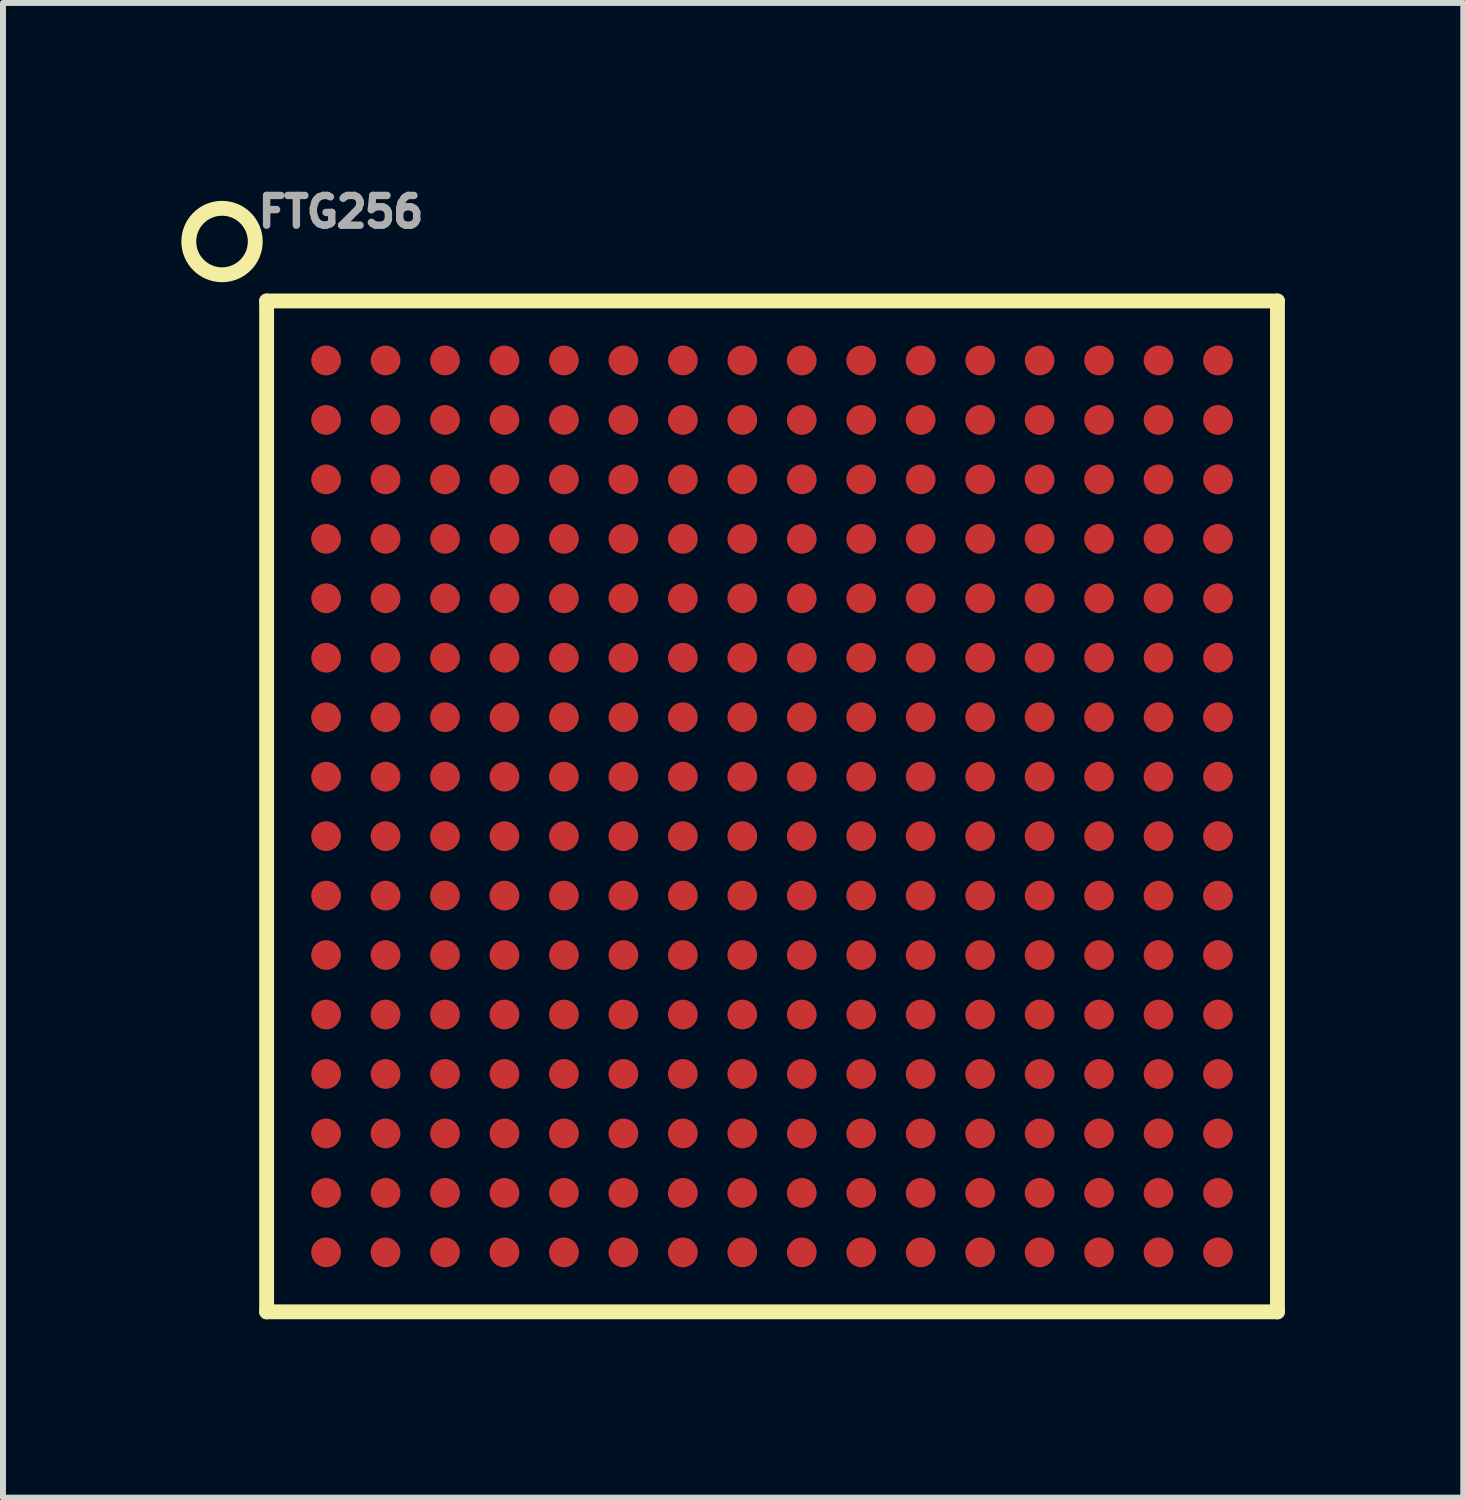
<source format=kicad_pcb>
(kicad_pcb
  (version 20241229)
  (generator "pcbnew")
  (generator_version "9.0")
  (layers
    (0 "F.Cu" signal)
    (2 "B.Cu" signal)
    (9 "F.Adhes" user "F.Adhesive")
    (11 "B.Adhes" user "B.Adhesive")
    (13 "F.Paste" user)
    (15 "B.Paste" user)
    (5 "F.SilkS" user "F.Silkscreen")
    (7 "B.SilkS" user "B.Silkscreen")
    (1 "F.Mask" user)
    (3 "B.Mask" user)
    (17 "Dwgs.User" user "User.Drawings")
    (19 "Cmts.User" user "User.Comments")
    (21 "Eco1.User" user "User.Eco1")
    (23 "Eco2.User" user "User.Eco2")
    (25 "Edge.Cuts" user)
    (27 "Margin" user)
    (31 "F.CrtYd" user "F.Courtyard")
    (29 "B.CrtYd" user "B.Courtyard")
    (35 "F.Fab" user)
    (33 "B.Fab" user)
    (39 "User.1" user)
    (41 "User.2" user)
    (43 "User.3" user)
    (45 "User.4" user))
  (footprint "FTG256"
    (layer "F.Cu")
    (at 9.934 10.512)
    (property "Reference" "FTG256" (at -7.25 -10 0) (layer "F.Fab") (effects (font (size 0.5 0.5) (thickness 0.125))))
    (attr through_hole)
    (fp_line (start -8.5 -8.5) (end -8.5 8.5) (stroke (width 0.25) (type solid)) (layer "F.SilkS"))
    (fp_line (start -8.5 8.5) (end 8.5 8.5) (stroke (width 0.25) (type solid)) (layer "F.SilkS"))
    (fp_line (start 8.5 -8.5) (end -8.5 -8.5) (stroke (width 0.25) (type solid)) (layer "F.SilkS"))
    (fp_line (start 8.5 8.5) (end 8.5 -8.5) (stroke (width 0.25) (type solid)) (layer "F.SilkS"))
    (fp_circle (center -9.25 -9.5) (end -8.75 -9.75) (stroke (width 0.25) (type solid)) (fill no) (layer "F.SilkS"))
    (pad "A1" smd circle (at -7.5 -7.5) (size 0.5 0.5) (layers "F.Cu" "F.Mask" "F.Paste"))
    (pad "A2" smd circle (at -6.5 -7.5) (size 0.5 0.5) (layers "F.Cu" "F.Mask" "F.Paste"))
    (pad "A3" smd circle (at -5.5 -7.5) (size 0.5 0.5) (layers "F.Cu" "F.Mask" "F.Paste"))
    (pad "A4" smd circle (at -4.5 -7.5) (size 0.5 0.5) (layers "F.Cu" "F.Mask" "F.Paste"))
    (pad "A5" smd circle (at -3.5 -7.5) (size 0.5 0.5) (layers "F.Cu" "F.Mask" "F.Paste"))
    (pad "A6" smd circle (at -2.5 -7.5) (size 0.5 0.5) (layers "F.Cu" "F.Mask" "F.Paste"))
    (pad "A7" smd circle (at -1.5 -7.5) (size 0.5 0.5) (layers "F.Cu" "F.Mask" "F.Paste"))
    (pad "A8" smd circle (at -0.5 -7.5) (size 0.5 0.5) (layers "F.Cu" "F.Mask" "F.Paste"))
    (pad "A9" smd circle (at 0.5 -7.5) (size 0.5 0.5) (layers "F.Cu" "F.Mask" "F.Paste"))
    (pad "A10" smd circle (at 1.5 -7.5) (size 0.5 0.5) (layers "F.Cu" "F.Mask" "F.Paste"))
    (pad "A11" smd circle (at 2.5 -7.5) (size 0.5 0.5) (layers "F.Cu" "F.Mask" "F.Paste"))
    (pad "A12" smd circle (at 3.5 -7.5) (size 0.5 0.5) (layers "F.Cu" "F.Mask" "F.Paste"))
    (pad "A13" smd circle (at 4.5 -7.5) (size 0.5 0.5) (layers "F.Cu" "F.Mask" "F.Paste"))
    (pad "A14" smd circle (at 5.5 -7.5) (size 0.5 0.5) (layers "F.Cu" "F.Mask" "F.Paste"))
    (pad "A15" smd circle (at 6.5 -7.5) (size 0.5 0.5) (layers "F.Cu" "F.Mask" "F.Paste"))
    (pad "A16" smd circle (at 7.5 -7.5) (size 0.5 0.5) (layers "F.Cu" "F.Mask" "F.Paste"))
    (pad "B1" smd circle (at -7.5 -6.5) (size 0.5 0.5) (layers "F.Cu" "F.Mask" "F.Paste"))
    (pad "B2" smd circle (at -6.5 -6.5) (size 0.5 0.5) (layers "F.Cu" "F.Mask" "F.Paste"))
    (pad "B3" smd circle (at -5.5 -6.5) (size 0.5 0.5) (layers "F.Cu" "F.Mask" "F.Paste"))
    (pad "B4" smd circle (at -4.5 -6.5) (size 0.5 0.5) (layers "F.Cu" "F.Mask" "F.Paste"))
    (pad "B5" smd circle (at -3.5 -6.5) (size 0.5 0.5) (layers "F.Cu" "F.Mask" "F.Paste"))
    (pad "B6" smd circle (at -2.5 -6.5) (size 0.5 0.5) (layers "F.Cu" "F.Mask" "F.Paste"))
    (pad "B7" smd circle (at -1.5 -6.5) (size 0.5 0.5) (layers "F.Cu" "F.Mask" "F.Paste"))
    (pad "B8" smd circle (at -0.5 -6.5) (size 0.5 0.5) (layers "F.Cu" "F.Mask" "F.Paste"))
    (pad "B9" smd circle (at 0.5 -6.5) (size 0.5 0.5) (layers "F.Cu" "F.Mask" "F.Paste"))
    (pad "B10" smd circle (at 1.5 -6.5) (size 0.5 0.5) (layers "F.Cu" "F.Mask" "F.Paste"))
    (pad "B11" smd circle (at 2.5 -6.5) (size 0.5 0.5) (layers "F.Cu" "F.Mask" "F.Paste"))
    (pad "B12" smd circle (at 3.5 -6.5) (size 0.5 0.5) (layers "F.Cu" "F.Mask" "F.Paste"))
    (pad "B13" smd circle (at 4.5 -6.5) (size 0.5 0.5) (layers "F.Cu" "F.Mask" "F.Paste"))
    (pad "B14" smd circle (at 5.5 -6.5) (size 0.5 0.5) (layers "F.Cu" "F.Mask" "F.Paste"))
    (pad "B15" smd circle (at 6.5 -6.5) (size 0.5 0.5) (layers "F.Cu" "F.Mask" "F.Paste"))
    (pad "B16" smd circle (at 7.5 -6.5) (size 0.5 0.5) (layers "F.Cu" "F.Mask" "F.Paste"))
    (pad "C1" smd circle (at -7.5 -5.5) (size 0.5 0.5) (layers "F.Cu" "F.Mask" "F.Paste"))
    (pad "C2" smd circle (at -6.5 -5.5) (size 0.5 0.5) (layers "F.Cu" "F.Mask" "F.Paste"))
    (pad "C3" smd circle (at -5.5 -5.5) (size 0.5 0.5) (layers "F.Cu" "F.Mask" "F.Paste"))
    (pad "C4" smd circle (at -4.5 -5.5) (size 0.5 0.5) (layers "F.Cu" "F.Mask" "F.Paste"))
    (pad "C5" smd circle (at -3.5 -5.5) (size 0.5 0.5) (layers "F.Cu" "F.Mask" "F.Paste"))
    (pad "C6" smd circle (at -2.5 -5.5) (size 0.5 0.5) (layers "F.Cu" "F.Mask" "F.Paste"))
    (pad "C7" smd circle (at -1.5 -5.5) (size 0.5 0.5) (layers "F.Cu" "F.Mask" "F.Paste"))
    (pad "C8" smd circle (at -0.5 -5.5) (size 0.5 0.5) (layers "F.Cu" "F.Mask" "F.Paste"))
    (pad "C9" smd circle (at 0.5 -5.5) (size 0.5 0.5) (layers "F.Cu" "F.Mask" "F.Paste"))
    (pad "C10" smd circle (at 1.5 -5.5) (size 0.5 0.5) (layers "F.Cu" "F.Mask" "F.Paste"))
    (pad "C11" smd circle (at 2.5 -5.5) (size 0.5 0.5) (layers "F.Cu" "F.Mask" "F.Paste"))
    (pad "C12" smd circle (at 3.5 -5.5) (size 0.5 0.5) (layers "F.Cu" "F.Mask" "F.Paste"))
    (pad "C13" smd circle (at 4.5 -5.5) (size 0.5 0.5) (layers "F.Cu" "F.Mask" "F.Paste"))
    (pad "C14" smd circle (at 5.5 -5.5) (size 0.5 0.5) (layers "F.Cu" "F.Mask" "F.Paste"))
    (pad "C15" smd circle (at 6.5 -5.5) (size 0.5 0.5) (layers "F.Cu" "F.Mask" "F.Paste"))
    (pad "C16" smd circle (at 7.5 -5.5) (size 0.5 0.5) (layers "F.Cu" "F.Mask" "F.Paste"))
    (pad "D1" smd circle (at -7.5 -4.5) (size 0.5 0.5) (layers "F.Cu" "F.Mask" "F.Paste"))
    (pad "D2" smd circle (at -6.5 -4.5) (size 0.5 0.5) (layers "F.Cu" "F.Mask" "F.Paste"))
    (pad "D3" smd circle (at -5.5 -4.5) (size 0.5 0.5) (layers "F.Cu" "F.Mask" "F.Paste"))
    (pad "D4" smd circle (at -4.5 -4.5) (size 0.5 0.5) (layers "F.Cu" "F.Mask" "F.Paste"))
    (pad "D5" smd circle (at -3.5 -4.5) (size 0.5 0.5) (layers "F.Cu" "F.Mask" "F.Paste"))
    (pad "D6" smd circle (at -2.5 -4.5) (size 0.5 0.5) (layers "F.Cu" "F.Mask" "F.Paste"))
    (pad "D7" smd circle (at -1.5 -4.5) (size 0.5 0.5) (layers "F.Cu" "F.Mask" "F.Paste"))
    (pad "D8" smd circle (at -0.5 -4.5) (size 0.5 0.5) (layers "F.Cu" "F.Mask" "F.Paste"))
    (pad "D9" smd circle (at 0.5 -4.5) (size 0.5 0.5) (layers "F.Cu" "F.Mask" "F.Paste"))
    (pad "D10" smd circle (at 1.5 -4.5) (size 0.5 0.5) (layers "F.Cu" "F.Mask" "F.Paste"))
    (pad "D11" smd circle (at 2.5 -4.5) (size 0.5 0.5) (layers "F.Cu" "F.Mask" "F.Paste"))
    (pad "D12" smd circle (at 3.5 -4.5) (size 0.5 0.5) (layers "F.Cu" "F.Mask" "F.Paste"))
    (pad "D13" smd circle (at 4.5 -4.5) (size 0.5 0.5) (layers "F.Cu" "F.Mask" "F.Paste"))
    (pad "D14" smd circle (at 5.5 -4.5) (size 0.5 0.5) (layers "F.Cu" "F.Mask" "F.Paste"))
    (pad "D15" smd circle (at 6.5 -4.5) (size 0.5 0.5) (layers "F.Cu" "F.Mask" "F.Paste"))
    (pad "D16" smd circle (at 7.5 -4.5) (size 0.5 0.5) (layers "F.Cu" "F.Mask" "F.Paste"))
    (pad "E1" smd circle (at -7.5 -3.5) (size 0.5 0.5) (layers "F.Cu" "F.Mask" "F.Paste"))
    (pad "E2" smd circle (at -6.5 -3.5) (size 0.5 0.5) (layers "F.Cu" "F.Mask" "F.Paste"))
    (pad "E3" smd circle (at -5.5 -3.5) (size 0.5 0.5) (layers "F.Cu" "F.Mask" "F.Paste"))
    (pad "E4" smd circle (at -4.5 -3.5) (size 0.5 0.5) (layers "F.Cu" "F.Mask" "F.Paste"))
    (pad "E5" smd circle (at -3.5 -3.5) (size 0.5 0.5) (layers "F.Cu" "F.Mask" "F.Paste"))
    (pad "E6" smd circle (at -2.5 -3.5) (size 0.5 0.5) (layers "F.Cu" "F.Mask" "F.Paste"))
    (pad "E7" smd circle (at -1.5 -3.5) (size 0.5 0.5) (layers "F.Cu" "F.Mask" "F.Paste"))
    (pad "E8" smd circle (at -0.5 -3.5) (size 0.5 0.5) (layers "F.Cu" "F.Mask" "F.Paste"))
    (pad "E9" smd circle (at 0.5 -3.5) (size 0.5 0.5) (layers "F.Cu" "F.Mask" "F.Paste"))
    (pad "E10" smd circle (at 1.5 -3.5) (size 0.5 0.5) (layers "F.Cu" "F.Mask" "F.Paste"))
    (pad "E11" smd circle (at 2.5 -3.5) (size 0.5 0.5) (layers "F.Cu" "F.Mask" "F.Paste"))
    (pad "E12" smd circle (at 3.5 -3.5) (size 0.5 0.5) (layers "F.Cu" "F.Mask" "F.Paste"))
    (pad "E13" smd circle (at 4.5 -3.5) (size 0.5 0.5) (layers "F.Cu" "F.Mask" "F.Paste"))
    (pad "E14" smd circle (at 5.5 -3.5) (size 0.5 0.5) (layers "F.Cu" "F.Mask" "F.Paste"))
    (pad "E15" smd circle (at 6.5 -3.5) (size 0.5 0.5) (layers "F.Cu" "F.Mask" "F.Paste"))
    (pad "E16" smd circle (at 7.5 -3.5) (size 0.5 0.5) (layers "F.Cu" "F.Mask" "F.Paste"))
    (pad "F1" smd circle (at -7.5 -2.5) (size 0.5 0.5) (layers "F.Cu" "F.Mask" "F.Paste"))
    (pad "F2" smd circle (at -6.5 -2.5) (size 0.5 0.5) (layers "F.Cu" "F.Mask" "F.Paste"))
    (pad "F3" smd circle (at -5.5 -2.5) (size 0.5 0.5) (layers "F.Cu" "F.Mask" "F.Paste"))
    (pad "F4" smd circle (at -4.5 -2.5) (size 0.5 0.5) (layers "F.Cu" "F.Mask" "F.Paste"))
    (pad "F5" smd circle (at -3.5 -2.5) (size 0.5 0.5) (layers "F.Cu" "F.Mask" "F.Paste"))
    (pad "F6" smd circle (at -2.5 -2.5) (size 0.5 0.5) (layers "F.Cu" "F.Mask" "F.Paste"))
    (pad "F7" smd circle (at -1.5 -2.5) (size 0.5 0.5) (layers "F.Cu" "F.Mask" "F.Paste"))
    (pad "F8" smd circle (at -0.5 -2.5) (size 0.5 0.5) (layers "F.Cu" "F.Mask" "F.Paste"))
    (pad "F9" smd circle (at 0.5 -2.5) (size 0.5 0.5) (layers "F.Cu" "F.Mask" "F.Paste"))
    (pad "F10" smd circle (at 1.5 -2.5) (size 0.5 0.5) (layers "F.Cu" "F.Mask" "F.Paste"))
    (pad "F11" smd circle (at 2.5 -2.5) (size 0.5 0.5) (layers "F.Cu" "F.Mask" "F.Paste"))
    (pad "F12" smd circle (at 3.5 -2.5) (size 0.5 0.5) (layers "F.Cu" "F.Mask" "F.Paste"))
    (pad "F13" smd circle (at 4.5 -2.5) (size 0.5 0.5) (layers "F.Cu" "F.Mask" "F.Paste"))
    (pad "F14" smd circle (at 5.5 -2.5) (size 0.5 0.5) (layers "F.Cu" "F.Mask" "F.Paste"))
    (pad "F15" smd circle (at 6.5 -2.5) (size 0.5 0.5) (layers "F.Cu" "F.Mask" "F.Paste"))
    (pad "F16" smd circle (at 7.5 -2.5) (size 0.5 0.5) (layers "F.Cu" "F.Mask" "F.Paste"))
    (pad "G1" smd circle (at -7.5 -1.5) (size 0.5 0.5) (layers "F.Cu" "F.Mask" "F.Paste"))
    (pad "G2" smd circle (at -6.5 -1.5) (size 0.5 0.5) (layers "F.Cu" "F.Mask" "F.Paste"))
    (pad "G3" smd circle (at -5.5 -1.5) (size 0.5 0.5) (layers "F.Cu" "F.Mask" "F.Paste"))
    (pad "G4" smd circle (at -4.5 -1.5) (size 0.5 0.5) (layers "F.Cu" "F.Mask" "F.Paste"))
    (pad "G5" smd circle (at -3.5 -1.5) (size 0.5 0.5) (layers "F.Cu" "F.Mask" "F.Paste"))
    (pad "G6" smd circle (at -2.5 -1.5) (size 0.5 0.5) (layers "F.Cu" "F.Mask" "F.Paste"))
    (pad "G7" smd circle (at -1.5 -1.5) (size 0.5 0.5) (layers "F.Cu" "F.Mask" "F.Paste"))
    (pad "G8" smd circle (at -0.5 -1.5) (size 0.5 0.5) (layers "F.Cu" "F.Mask" "F.Paste"))
    (pad "G9" smd circle (at 0.5 -1.5) (size 0.5 0.5) (layers "F.Cu" "F.Mask" "F.Paste"))
    (pad "G10" smd circle (at 1.5 -1.5) (size 0.5 0.5) (layers "F.Cu" "F.Mask" "F.Paste"))
    (pad "G11" smd circle (at 2.5 -1.5) (size 0.5 0.5) (layers "F.Cu" "F.Mask" "F.Paste"))
    (pad "G12" smd circle (at 3.5 -1.5) (size 0.5 0.5) (layers "F.Cu" "F.Mask" "F.Paste"))
    (pad "G13" smd circle (at 4.5 -1.5) (size 0.5 0.5) (layers "F.Cu" "F.Mask" "F.Paste"))
    (pad "G14" smd circle (at 5.5 -1.5) (size 0.5 0.5) (layers "F.Cu" "F.Mask" "F.Paste"))
    (pad "G15" smd circle (at 6.5 -1.5) (size 0.5 0.5) (layers "F.Cu" "F.Mask" "F.Paste"))
    (pad "G16" smd circle (at 7.5 -1.5) (size 0.5 0.5) (layers "F.Cu" "F.Mask" "F.Paste"))
    (pad "H1" smd circle (at -7.5 -0.5) (size 0.5 0.5) (layers "F.Cu" "F.Mask" "F.Paste"))
    (pad "H2" smd circle (at -6.5 -0.5) (size 0.5 0.5) (layers "F.Cu" "F.Mask" "F.Paste"))
    (pad "H3" smd circle (at -5.5 -0.5) (size 0.5 0.5) (layers "F.Cu" "F.Mask" "F.Paste"))
    (pad "H4" smd circle (at -4.5 -0.5) (size 0.5 0.5) (layers "F.Cu" "F.Mask" "F.Paste"))
    (pad "H5" smd circle (at -3.5 -0.5) (size 0.5 0.5) (layers "F.Cu" "F.Mask" "F.Paste"))
    (pad "H6" smd circle (at -2.5 -0.5) (size 0.5 0.5) (layers "F.Cu" "F.Mask" "F.Paste"))
    (pad "H7" smd circle (at -1.5 -0.5) (size 0.5 0.5) (layers "F.Cu" "F.Mask" "F.Paste"))
    (pad "H8" smd circle (at -0.5 -0.5) (size 0.5 0.5) (layers "F.Cu" "F.Mask" "F.Paste"))
    (pad "H9" smd circle (at 0.5 -0.5) (size 0.5 0.5) (layers "F.Cu" "F.Mask" "F.Paste"))
    (pad "H10" smd circle (at 1.5 -0.5) (size 0.5 0.5) (layers "F.Cu" "F.Mask" "F.Paste"))
    (pad "H11" smd circle (at 2.5 -0.5) (size 0.5 0.5) (layers "F.Cu" "F.Mask" "F.Paste"))
    (pad "H12" smd circle (at 3.5 -0.5) (size 0.5 0.5) (layers "F.Cu" "F.Mask" "F.Paste"))
    (pad "H13" smd circle (at 4.5 -0.5) (size 0.5 0.5) (layers "F.Cu" "F.Mask" "F.Paste"))
    (pad "H14" smd circle (at 5.5 -0.5) (size 0.5 0.5) (layers "F.Cu" "F.Mask" "F.Paste"))
    (pad "H15" smd circle (at 6.5 -0.5) (size 0.5 0.5) (layers "F.Cu" "F.Mask" "F.Paste"))
    (pad "H16" smd circle (at 7.5 -0.5) (size 0.5 0.5) (layers "F.Cu" "F.Mask" "F.Paste"))
    (pad "J1" smd circle (at -7.5 0.5) (size 0.5 0.5) (layers "F.Cu" "F.Mask" "F.Paste"))
    (pad "J2" smd circle (at -6.5 0.5) (size 0.5 0.5) (layers "F.Cu" "F.Mask" "F.Paste"))
    (pad "J3" smd circle (at -5.5 0.5) (size 0.5 0.5) (layers "F.Cu" "F.Mask" "F.Paste"))
    (pad "J4" smd circle (at -4.5 0.5) (size 0.5 0.5) (layers "F.Cu" "F.Mask" "F.Paste"))
    (pad "J5" smd circle (at -3.5 0.5) (size 0.5 0.5) (layers "F.Cu" "F.Mask" "F.Paste"))
    (pad "J6" smd circle (at -2.5 0.5) (size 0.5 0.5) (layers "F.Cu" "F.Mask" "F.Paste"))
    (pad "J7" smd circle (at -1.5 0.5) (size 0.5 0.5) (layers "F.Cu" "F.Mask" "F.Paste"))
    (pad "J8" smd circle (at -0.5 0.5) (size 0.5 0.5) (layers "F.Cu" "F.Mask" "F.Paste"))
    (pad "J9" smd circle (at 0.5 0.5) (size 0.5 0.5) (layers "F.Cu" "F.Mask" "F.Paste"))
    (pad "J10" smd circle (at 1.5 0.5) (size 0.5 0.5) (layers "F.Cu" "F.Mask" "F.Paste"))
    (pad "J11" smd circle (at 2.5 0.5) (size 0.5 0.5) (layers "F.Cu" "F.Mask" "F.Paste"))
    (pad "J12" smd circle (at 3.5 0.5) (size 0.5 0.5) (layers "F.Cu" "F.Mask" "F.Paste"))
    (pad "J13" smd circle (at 4.5 0.5) (size 0.5 0.5) (layers "F.Cu" "F.Mask" "F.Paste"))
    (pad "J14" smd circle (at 5.5 0.5) (size 0.5 0.5) (layers "F.Cu" "F.Mask" "F.Paste"))
    (pad "J15" smd circle (at 6.5 0.5) (size 0.5 0.5) (layers "F.Cu" "F.Mask" "F.Paste"))
    (pad "J16" smd circle (at 7.5 0.5) (size 0.5 0.5) (layers "F.Cu" "F.Mask" "F.Paste"))
    (pad "K1" smd circle (at -7.5 1.5) (size 0.5 0.5) (layers "F.Cu" "F.Mask" "F.Paste"))
    (pad "K1" smd circle (at -6.5 1.5) (size 0.5 0.5) (layers "F.Cu" "F.Mask" "F.Paste"))
    (pad "K2" smd circle (at -5.5 1.5) (size 0.5 0.5) (layers "F.Cu" "F.Mask" "F.Paste"))
    (pad "K3" smd circle (at -4.5 1.5) (size 0.5 0.5) (layers "F.Cu" "F.Mask" "F.Paste"))
    (pad "K4" smd circle (at -3.5 1.5) (size 0.5 0.5) (layers "F.Cu" "F.Mask" "F.Paste"))
    (pad "K5" smd circle (at -2.5 1.5) (size 0.5 0.5) (layers "F.Cu" "F.Mask" "F.Paste"))
    (pad "K6" smd circle (at -1.5 1.5) (size 0.5 0.5) (layers "F.Cu" "F.Mask" "F.Paste"))
    (pad "K7" smd circle (at -0.5 1.5) (size 0.5 0.5) (layers "F.Cu" "F.Mask" "F.Paste"))
    (pad "K8" smd circle (at 0.5 1.5) (size 0.5 0.5) (layers "F.Cu" "F.Mask" "F.Paste"))
    (pad "K9" smd circle (at 1.5 1.5) (size 0.5 0.5) (layers "F.Cu" "F.Mask" "F.Paste"))
    (pad "K10" smd circle (at 2.5 1.5) (size 0.5 0.5) (layers "F.Cu" "F.Mask" "F.Paste"))
    (pad "K11" smd circle (at 3.5 1.5) (size 0.5 0.5) (layers "F.Cu" "F.Mask" "F.Paste"))
    (pad "K12" smd circle (at 4.5 1.5) (size 0.5 0.5) (layers "F.Cu" "F.Mask" "F.Paste"))
    (pad "K13" smd circle (at 5.5 1.5) (size 0.5 0.5) (layers "F.Cu" "F.Mask" "F.Paste"))
    (pad "K14" smd circle (at 6.5 1.5) (size 0.5 0.5) (layers "F.Cu" "F.Mask" "F.Paste"))
    (pad "K15" smd circle (at 7.5 1.5) (size 0.5 0.5) (layers "F.Cu" "F.Mask" "F.Paste"))
    (pad "L1" smd circle (at -7.5 2.5) (size 0.5 0.5) (layers "F.Cu" "F.Mask" "F.Paste"))
    (pad "L2" smd circle (at -6.5 2.5) (size 0.5 0.5) (layers "F.Cu" "F.Mask" "F.Paste"))
    (pad "L3" smd circle (at -5.5 2.5) (size 0.5 0.5) (layers "F.Cu" "F.Mask" "F.Paste"))
    (pad "L4" smd circle (at -4.5 2.5) (size 0.5 0.5) (layers "F.Cu" "F.Mask" "F.Paste"))
    (pad "L5" smd circle (at -3.5 2.5) (size 0.5 0.5) (layers "F.Cu" "F.Mask" "F.Paste"))
    (pad "L6" smd circle (at -2.5 2.5) (size 0.5 0.5) (layers "F.Cu" "F.Mask" "F.Paste"))
    (pad "L7" smd circle (at -1.5 2.5) (size 0.5 0.5) (layers "F.Cu" "F.Mask" "F.Paste"))
    (pad "L8" smd circle (at -0.5 2.5) (size 0.5 0.5) (layers "F.Cu" "F.Mask" "F.Paste"))
    (pad "L9" smd circle (at 0.5 2.5) (size 0.5 0.5) (layers "F.Cu" "F.Mask" "F.Paste"))
    (pad "L10" smd circle (at 1.5 2.5) (size 0.5 0.5) (layers "F.Cu" "F.Mask" "F.Paste"))
    (pad "L11" smd circle (at 2.5 2.5) (size 0.5 0.5) (layers "F.Cu" "F.Mask" "F.Paste"))
    (pad "L12" smd circle (at 3.5 2.5) (size 0.5 0.5) (layers "F.Cu" "F.Mask" "F.Paste"))
    (pad "L13" smd circle (at 4.5 2.5) (size 0.5 0.5) (layers "F.Cu" "F.Mask" "F.Paste"))
    (pad "L14" smd circle (at 5.5 2.5) (size 0.5 0.5) (layers "F.Cu" "F.Mask" "F.Paste"))
    (pad "L15" smd circle (at 6.5 2.5) (size 0.5 0.5) (layers "F.Cu" "F.Mask" "F.Paste"))
    (pad "L16" smd circle (at 7.5 2.5) (size 0.5 0.5) (layers "F.Cu" "F.Mask" "F.Paste"))
    (pad "M1" smd circle (at -7.5 3.5) (size 0.5 0.5) (layers "F.Cu" "F.Mask" "F.Paste"))
    (pad "M2" smd circle (at -6.5 3.5) (size 0.5 0.5) (layers "F.Cu" "F.Mask" "F.Paste"))
    (pad "M3" smd circle (at -5.5 3.5) (size 0.5 0.5) (layers "F.Cu" "F.Mask" "F.Paste"))
    (pad "M4" smd circle (at -4.5 3.5) (size 0.5 0.5) (layers "F.Cu" "F.Mask" "F.Paste"))
    (pad "M5" smd circle (at -3.5 3.5) (size 0.5 0.5) (layers "F.Cu" "F.Mask" "F.Paste"))
    (pad "M6" smd circle (at -2.5 3.5) (size 0.5 0.5) (layers "F.Cu" "F.Mask" "F.Paste"))
    (pad "M7" smd circle (at -1.5 3.5) (size 0.5 0.5) (layers "F.Cu" "F.Mask" "F.Paste"))
    (pad "M8" smd circle (at -0.5 3.5) (size 0.5 0.5) (layers "F.Cu" "F.Mask" "F.Paste"))
    (pad "M9" smd circle (at 0.5 3.5) (size 0.5 0.5) (layers "F.Cu" "F.Mask" "F.Paste"))
    (pad "M10" smd circle (at 1.5 3.5) (size 0.5 0.5) (layers "F.Cu" "F.Mask" "F.Paste"))
    (pad "M11" smd circle (at 2.5 3.5) (size 0.5 0.5) (layers "F.Cu" "F.Mask" "F.Paste"))
    (pad "M12" smd circle (at 3.5 3.5) (size 0.5 0.5) (layers "F.Cu" "F.Mask" "F.Paste"))
    (pad "M13" smd circle (at 4.5 3.5) (size 0.5 0.5) (layers "F.Cu" "F.Mask" "F.Paste"))
    (pad "M14" smd circle (at 5.5 3.5) (size 0.5 0.5) (layers "F.Cu" "F.Mask" "F.Paste"))
    (pad "M15" smd circle (at 6.5 3.5) (size 0.5 0.5) (layers "F.Cu" "F.Mask" "F.Paste"))
    (pad "M16" smd circle (at 7.5 3.5) (size 0.5 0.5) (layers "F.Cu" "F.Mask" "F.Paste"))
    (pad "N1" smd circle (at -7.5 4.5) (size 0.5 0.5) (layers "F.Cu" "F.Mask" "F.Paste"))
    (pad "N2" smd circle (at -6.5 4.5) (size 0.5 0.5) (layers "F.Cu" "F.Mask" "F.Paste"))
    (pad "N3" smd circle (at -5.5 4.5) (size 0.5 0.5) (layers "F.Cu" "F.Mask" "F.Paste"))
    (pad "N4" smd circle (at -4.5 4.5) (size 0.5 0.5) (layers "F.Cu" "F.Mask" "F.Paste"))
    (pad "N5" smd circle (at -3.5 4.5) (size 0.5 0.5) (layers "F.Cu" "F.Mask" "F.Paste"))
    (pad "N6" smd circle (at -2.5 4.5) (size 0.5 0.5) (layers "F.Cu" "F.Mask" "F.Paste"))
    (pad "N7" smd circle (at -1.5 4.5) (size 0.5 0.5) (layers "F.Cu" "F.Mask" "F.Paste"))
    (pad "N8" smd circle (at -0.5 4.5) (size 0.5 0.5) (layers "F.Cu" "F.Mask" "F.Paste"))
    (pad "N9" smd circle (at 0.5 4.5) (size 0.5 0.5) (layers "F.Cu" "F.Mask" "F.Paste"))
    (pad "N10" smd circle (at 1.5 4.5) (size 0.5 0.5) (layers "F.Cu" "F.Mask" "F.Paste"))
    (pad "N11" smd circle (at 2.5 4.5) (size 0.5 0.5) (layers "F.Cu" "F.Mask" "F.Paste"))
    (pad "N12" smd circle (at 3.5 4.5) (size 0.5 0.5) (layers "F.Cu" "F.Mask" "F.Paste"))
    (pad "N13" smd circle (at 4.5 4.5) (size 0.5 0.5) (layers "F.Cu" "F.Mask" "F.Paste"))
    (pad "N14" smd circle (at 5.5 4.5) (size 0.5 0.5) (layers "F.Cu" "F.Mask" "F.Paste"))
    (pad "N15" smd circle (at 6.5 4.5) (size 0.5 0.5) (layers "F.Cu" "F.Mask" "F.Paste"))
    (pad "N16" smd circle (at 7.5 4.5) (size 0.5 0.5) (layers "F.Cu" "F.Mask" "F.Paste"))
    (pad "P1" smd circle (at -7.5 5.5) (size 0.5 0.5) (layers "F.Cu" "F.Mask" "F.Paste"))
    (pad "P2" smd circle (at -6.5 5.5) (size 0.5 0.5) (layers "F.Cu" "F.Mask" "F.Paste"))
    (pad "P3" smd circle (at -5.5 5.5) (size 0.5 0.5) (layers "F.Cu" "F.Mask" "F.Paste"))
    (pad "P4" smd circle (at -4.5 5.5) (size 0.5 0.5) (layers "F.Cu" "F.Mask" "F.Paste"))
    (pad "P5" smd circle (at -3.5 5.5) (size 0.5 0.5) (layers "F.Cu" "F.Mask" "F.Paste"))
    (pad "P6" smd circle (at -2.5 5.5) (size 0.5 0.5) (layers "F.Cu" "F.Mask" "F.Paste"))
    (pad "P7" smd circle (at -1.5 5.5) (size 0.5 0.5) (layers "F.Cu" "F.Mask" "F.Paste"))
    (pad "P8" smd circle (at -0.5 5.5) (size 0.5 0.5) (layers "F.Cu" "F.Mask" "F.Paste"))
    (pad "P9" smd circle (at 0.5 5.5) (size 0.5 0.5) (layers "F.Cu" "F.Mask" "F.Paste"))
    (pad "P10" smd circle (at 1.5 5.5) (size 0.5 0.5) (layers "F.Cu" "F.Mask" "F.Paste"))
    (pad "P11" smd circle (at 2.5 5.5) (size 0.5 0.5) (layers "F.Cu" "F.Mask" "F.Paste"))
    (pad "P12" smd circle (at 3.5 5.5) (size 0.5 0.5) (layers "F.Cu" "F.Mask" "F.Paste"))
    (pad "P13" smd circle (at 4.5 5.5) (size 0.5 0.5) (layers "F.Cu" "F.Mask" "F.Paste"))
    (pad "P14" smd circle (at 5.5 5.5) (size 0.5 0.5) (layers "F.Cu" "F.Mask" "F.Paste"))
    (pad "P15" smd circle (at 6.5 5.5) (size 0.5 0.5) (layers "F.Cu" "F.Mask" "F.Paste"))
    (pad "P16" smd circle (at 7.5 5.5) (size 0.5 0.5) (layers "F.Cu" "F.Mask" "F.Paste"))
    (pad "R1" smd circle (at -7.5 6.5) (size 0.5 0.5) (layers "F.Cu" "F.Mask" "F.Paste"))
    (pad "R2" smd circle (at -6.5 6.5) (size 0.5 0.5) (layers "F.Cu" "F.Mask" "F.Paste"))
    (pad "R3" smd circle (at -5.5 6.5) (size 0.5 0.5) (layers "F.Cu" "F.Mask" "F.Paste"))
    (pad "R4" smd circle (at -4.5 6.5) (size 0.5 0.5) (layers "F.Cu" "F.Mask" "F.Paste"))
    (pad "R5" smd circle (at -3.5 6.5) (size 0.5 0.5) (layers "F.Cu" "F.Mask" "F.Paste"))
    (pad "R6" smd circle (at -2.5 6.5) (size 0.5 0.5) (layers "F.Cu" "F.Mask" "F.Paste"))
    (pad "R7" smd circle (at -1.5 6.5) (size 0.5 0.5) (layers "F.Cu" "F.Mask" "F.Paste"))
    (pad "R8" smd circle (at -0.5 6.5) (size 0.5 0.5) (layers "F.Cu" "F.Mask" "F.Paste"))
    (pad "R9" smd circle (at 0.5 6.5) (size 0.5 0.5) (layers "F.Cu" "F.Mask" "F.Paste"))
    (pad "R10" smd circle (at 1.5 6.5) (size 0.5 0.5) (layers "F.Cu" "F.Mask" "F.Paste"))
    (pad "R11" smd circle (at 2.5 6.5) (size 0.5 0.5) (layers "F.Cu" "F.Mask" "F.Paste"))
    (pad "R12" smd circle (at 3.5 6.5) (size 0.5 0.5) (layers "F.Cu" "F.Mask" "F.Paste"))
    (pad "R13" smd circle (at 4.5 6.5) (size 0.5 0.5) (layers "F.Cu" "F.Mask" "F.Paste"))
    (pad "R14" smd circle (at 5.5 6.5) (size 0.5 0.5) (layers "F.Cu" "F.Mask" "F.Paste"))
    (pad "R15" smd circle (at 6.5 6.5) (size 0.5 0.5) (layers "F.Cu" "F.Mask" "F.Paste"))
    (pad "R16" smd circle (at 7.5 6.5) (size 0.5 0.5) (layers "F.Cu" "F.Mask" "F.Paste"))
    (pad "T1" smd circle (at -7.5 7.5) (size 0.5 0.5) (layers "F.Cu" "F.Mask" "F.Paste"))
    (pad "T2" smd circle (at -6.5 7.5) (size 0.5 0.5) (layers "F.Cu" "F.Mask" "F.Paste"))
    (pad "T3" smd circle (at -5.5 7.5) (size 0.5 0.5) (layers "F.Cu" "F.Mask" "F.Paste"))
    (pad "T4" smd circle (at -4.5 7.5) (size 0.5 0.5) (layers "F.Cu" "F.Mask" "F.Paste"))
    (pad "T5" smd circle (at -3.5 7.5) (size 0.5 0.5) (layers "F.Cu" "F.Mask" "F.Paste"))
    (pad "T6" smd circle (at -2.5 7.5) (size 0.5 0.5) (layers "F.Cu" "F.Mask" "F.Paste"))
    (pad "T7" smd circle (at -1.5 7.5) (size 0.5 0.5) (layers "F.Cu" "F.Mask" "F.Paste"))
    (pad "T8" smd circle (at -0.5 7.5) (size 0.5 0.5) (layers "F.Cu" "F.Mask" "F.Paste"))
    (pad "T9" smd circle (at 0.5 7.5) (size 0.5 0.5) (layers "F.Cu" "F.Mask" "F.Paste"))
    (pad "T10" smd circle (at 1.5 7.5) (size 0.5 0.5) (layers "F.Cu" "F.Mask" "F.Paste"))
    (pad "T11" smd circle (at 2.5 7.5) (size 0.5 0.5) (layers "F.Cu" "F.Mask" "F.Paste"))
    (pad "T12" smd circle (at 3.5 7.5) (size 0.5 0.5) (layers "F.Cu" "F.Mask" "F.Paste"))
    (pad "T13" smd circle (at 4.5 7.5) (size 0.5 0.5) (layers "F.Cu" "F.Mask" "F.Paste"))
    (pad "T14" smd circle (at 5.5 7.5) (size 0.5 0.5) (layers "F.Cu" "F.Mask" "F.Paste"))
    (pad "T15" smd circle (at 6.5 7.5) (size 0.5 0.5) (layers "F.Cu" "F.Mask" "F.Paste"))
    (pad "T16" smd circle (at 7.5 7.5) (size 0.5 0.5) (layers "F.Cu" "F.Mask" "F.Paste")))
  (gr_rect
    (start -3 -3)
    (end 21.559 22.137)
    (stroke (width 0.1) (type default))
    (fill no)
    (layer "Edge.Cuts")))
</source>
